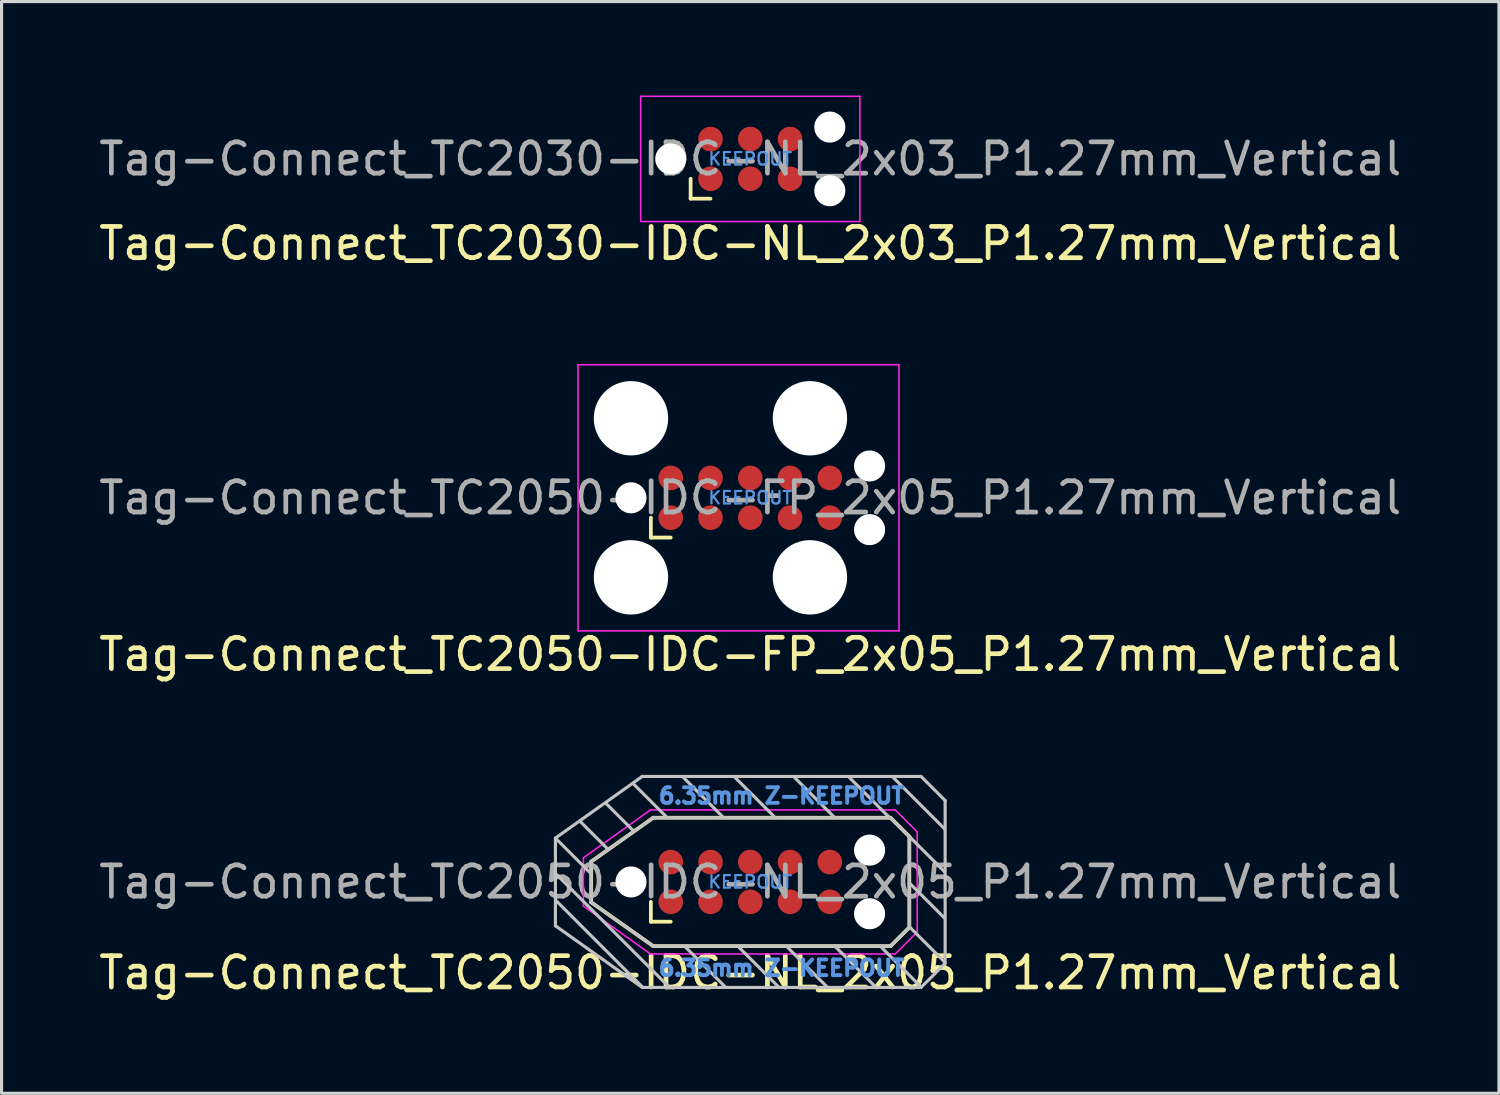
<source format=kicad_pcb>
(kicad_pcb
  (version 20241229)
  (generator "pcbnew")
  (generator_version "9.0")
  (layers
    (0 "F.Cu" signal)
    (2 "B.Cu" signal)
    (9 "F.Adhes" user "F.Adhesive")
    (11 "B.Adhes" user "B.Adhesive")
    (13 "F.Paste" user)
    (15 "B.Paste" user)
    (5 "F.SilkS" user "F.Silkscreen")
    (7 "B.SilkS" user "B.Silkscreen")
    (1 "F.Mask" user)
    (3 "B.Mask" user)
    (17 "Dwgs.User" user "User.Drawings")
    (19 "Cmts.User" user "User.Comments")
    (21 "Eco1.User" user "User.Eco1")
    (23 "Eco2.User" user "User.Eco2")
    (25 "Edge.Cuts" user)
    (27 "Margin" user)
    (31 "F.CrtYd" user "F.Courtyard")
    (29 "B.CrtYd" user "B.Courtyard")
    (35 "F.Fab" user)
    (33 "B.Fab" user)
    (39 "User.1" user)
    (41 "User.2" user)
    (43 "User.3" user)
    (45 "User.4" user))
  (footprint "Tag-Connect_TC2050-IDC-NL_2x05_P1.27mm_Vertical"
    (layer "F.Cu")
    (at 20.911 25.116)
    (property "Reference" "Tag-Connect_TC2050-IDC-NL_2x05_P1.27mm_Vertical" (at 0 2.9 0) (layer "F.SilkS") (effects (font (size 1 1) (thickness 0.15))))
    (attr exclude_from_pos_files exclude_from_bom)
    (fp_line (start -5.08 -0.65) (end -3.1 -2.05) (stroke (width 0.12) (type solid)) (layer "F.SilkS"))
    (fp_line (start -5.08 0.65) (end -5.08 -0.65) (stroke (width 0.12) (type solid)) (layer "F.SilkS"))
    (fp_line (start -3.175 1.27) (end -3.175 0.635) (stroke (width 0.12) (type solid)) (layer "F.SilkS"))
    (fp_line (start -3.1 -2.05) (end 4.48 -2.05) (stroke (width 0.12) (type solid)) (layer "F.SilkS"))
    (fp_line (start -3.1 2.05) (end -5.08 0.65) (stroke (width 0.12) (type solid)) (layer "F.SilkS"))
    (fp_line (start -2.54 1.27) (end -3.175 1.27) (stroke (width 0.12) (type solid)) (layer "F.SilkS"))
    (fp_line (start 4.48 -2.05) (end 5.08 -1.45) (stroke (width 0.12) (type solid)) (layer "F.SilkS"))
    (fp_line (start 4.48 2.05) (end -3.1 2.05) (stroke (width 0.12) (type solid)) (layer "F.SilkS"))
    (fp_line (start 4.48 2.05) (end 5.08 1.45) (stroke (width 0.12) (type solid)) (layer "F.SilkS"))
    (fp_line (start 5.08 -1.45) (end 5.08 1.45) (stroke (width 0.12) (type solid)) (layer "F.SilkS"))
    (fp_line (start -6.223 -1.4) (end -5.1 -0.277) (stroke (width 0.1) (type solid)) (layer "Dwgs.User"))
    (fp_line (start -6.223 -1.4) (end -3.45 -3.37) (stroke (width 0.1) (type solid)) (layer "Dwgs.User"))
    (fp_line (start -6.223 1.4) (end -6.223 -1.4) (stroke (width 0.1) (type solid)) (layer "Dwgs.User"))
    (fp_line (start -6.223 1.4) (end -3.45 3.37) (stroke (width 0.1) (type solid)) (layer "Dwgs.User"))
    (fp_line (start -6.2 -0.25) (end -2.6 3.35) (stroke (width 0.1) (type solid)) (layer "Dwgs.User"))
    (fp_line (start -6.2 0.6) (end -3.45 3.35) (stroke (width 0.1) (type solid)) (layer "Dwgs.User"))
    (fp_line (start -5.4 -1.9) (end -4.55 -1.05) (stroke (width 0.1) (type solid)) (layer "Dwgs.User"))
    (fp_line (start -5.08 -0.65) (end -3.1 -2.05) (stroke (width 0.1) (type solid)) (layer "Dwgs.User"))
    (fp_line (start -5.08 0.65) (end -5.08 -0.65) (stroke (width 0.1) (type solid)) (layer "Dwgs.User"))
    (fp_line (start -4.6 -2.5) (end -3.75 -1.65) (stroke (width 0.1) (type solid)) (layer "Dwgs.User"))
    (fp_line (start -3.75 -3.15) (end -2.65 -2.05) (stroke (width 0.1) (type solid)) (layer "Dwgs.User"))
    (fp_line (start -3.45 -3.37) (end 5.453 -3.37) (stroke (width 0.1) (type solid)) (layer "Dwgs.User"))
    (fp_line (start -3.1 -2.05) (end 4.48 -2.05) (stroke (width 0.1) (type solid)) (layer "Dwgs.User"))
    (fp_line (start -3.1 2.05) (end -5.08 0.65) (stroke (width 0.1) (type solid)) (layer "Dwgs.User"))
    (fp_line (start -2.15 -3.35) (end -0.85 -2.05) (stroke (width 0.1) (type solid)) (layer "Dwgs.User"))
    (fp_line (start -2.1 2.05) (end -0.8 3.35) (stroke (width 0.1) (type solid)) (layer "Dwgs.User"))
    (fp_line (start -0.5 -3.35) (end 0.8 -2.05) (stroke (width 0.1) (type solid)) (layer "Dwgs.User"))
    (fp_line (start -0.35 2.1) (end 0.9 3.35) (stroke (width 0.1) (type solid)) (layer "Dwgs.User"))
    (fp_line (start 1.15 2.05) (end 2.45 3.35) (stroke (width 0.1) (type solid)) (layer "Dwgs.User"))
    (fp_line (start 1.4 -3.35) (end 2.7 -2.05) (stroke (width 0.1) (type solid)) (layer "Dwgs.User"))
    (fp_line (start 2.7 2.05) (end 4 3.35) (stroke (width 0.1) (type solid)) (layer "Dwgs.User"))
    (fp_line (start 3.15 -3.35) (end 4.4 -2.1) (stroke (width 0.1) (type solid)) (layer "Dwgs.User"))
    (fp_line (start 4.2 2.1) (end 5.45 3.35) (stroke (width 0.1) (type solid)) (layer "Dwgs.User"))
    (fp_line (start 4.4 -2.1) (end 4.45 -2.05) (stroke (width 0.1) (type solid)) (layer "Dwgs.User"))
    (fp_line (start 4.48 -2.05) (end 5.08 -1.45) (stroke (width 0.1) (type solid)) (layer "Dwgs.User"))
    (fp_line (start 4.48 2.05) (end -3.1 2.05) (stroke (width 0.1) (type solid)) (layer "Dwgs.User"))
    (fp_line (start 4.48 2.05) (end 5.08 1.45) (stroke (width 0.1) (type solid)) (layer "Dwgs.User"))
    (fp_line (start 4.55 -3.35) (end 6.2 -1.7) (stroke (width 0.1) (type solid)) (layer "Dwgs.User"))
    (fp_line (start 5.08 -1.45) (end 5.08 1.45) (stroke (width 0.1) (type solid)) (layer "Dwgs.User"))
    (fp_line (start 5.08 -1.45) (end 6.2 -0.33) (stroke (width 0.1) (type solid)) (layer "Dwgs.User"))
    (fp_line (start 5.1 0.05) (end 6.2 1.15) (stroke (width 0.1) (type solid)) (layer "Dwgs.User"))
    (fp_line (start 5.1 1.45) (end 6.2 2.55) (stroke (width 0.1) (type solid)) (layer "Dwgs.User"))
    (fp_line (start 5.453 -3.37) (end 6.223 -2.6) (stroke (width 0.1) (type solid)) (layer "Dwgs.User"))
    (fp_line (start 5.453 3.37) (end -3.45 3.37) (stroke (width 0.1) (type solid)) (layer "Dwgs.User"))
    (fp_line (start 5.453 3.37) (end 6.223 2.6) (stroke (width 0.1) (type solid)) (layer "Dwgs.User"))
    (fp_line (start 6.223 -2.6) (end 6.223 2.6) (stroke (width 0.1) (type solid)) (layer "Dwgs.User"))
    (fp_line (start -5.33 -0.77) (end -3.19 -2.3) (stroke (width 0.05) (type solid)) (layer "F.CrtYd"))
    (fp_line (start -5.33 0.77) (end -5.33 -0.77) (stroke (width 0.05) (type solid)) (layer "F.CrtYd"))
    (fp_line (start -3.19 -2.3) (end 4.63 -2.3) (stroke (width 0.05) (type solid)) (layer "F.CrtYd"))
    (fp_line (start -3.19 2.3) (end -5.33 0.77) (stroke (width 0.05) (type solid)) (layer "F.CrtYd"))
    (fp_line (start 4.63 -2.3) (end 5.33 -1.6) (stroke (width 0.05) (type solid)) (layer "F.CrtYd"))
    (fp_line (start 4.63 2.3) (end -3.19 2.3) (stroke (width 0.05) (type solid)) (layer "F.CrtYd"))
    (fp_line (start 4.63 2.3) (end 5.33 1.6) (stroke (width 0.05) (type solid)) (layer "F.CrtYd"))
    (fp_line (start 5.33 -1.6) (end 5.33 1.6) (stroke (width 0.05) (type solid)) (layer "F.CrtYd"))
    (fp_text user "KEEPOUT" (at 0 0 0) (layer "Cmts.User") (effects (font (size 0.4 0.4) (thickness 0.07))))
    (fp_text user "6.35mm Z-KEEPOUT" (at 1 -2.75 0) (layer "Cmts.User") (effects (font (size 0.5 0.5) (thickness 0.125))))
    (fp_text user "6.35mm Z-KEEPOUT" (at 1 2.75 0) (layer "Cmts.User") (effects (font (size 0.5 0.5) (thickness 0.125))))
    (fp_text user "${REFERENCE}" (at 0 0 0) (layer "F.Fab") (effects (font (size 1 1) (thickness 0.15))))
    (pad "" np_thru_hole circle (at -3.81 0) (size 0.991 0.991) (drill 0.991) (layers "*.Cu" "*.Mask"))
    (pad "" np_thru_hole circle (at 3.81 -1.016) (size 0.991 0.991) (drill 0.991) (layers "*.Cu" "*.Mask"))
    (pad "" np_thru_hole circle (at 3.81 1.016) (size 0.991 0.991) (drill 0.991) (layers "*.Cu" "*.Mask"))
    (pad "1" connect circle (at -2.54 0.635) (size 0.787 0.787) (layers "F.Cu" "F.Mask"))
    (pad "2" connect circle (at -1.27 0.635) (size 0.787 0.787) (layers "F.Cu" "F.Mask"))
    (pad "3" connect circle (at 0 0.635) (size 0.787 0.787) (layers "F.Cu" "F.Mask"))
    (pad "4" connect circle (at 1.27 0.635) (size 0.787 0.787) (layers "F.Cu" "F.Mask"))
    (pad "5" connect circle (at 2.54 0.635) (size 0.787 0.787) (layers "F.Cu" "F.Mask"))
    (pad "6" connect circle (at 2.54 -0.635) (size 0.787 0.787) (layers "F.Cu" "F.Mask"))
    (pad "7" connect circle (at 1.27 -0.635) (size 0.787 0.787) (layers "F.Cu" "F.Mask"))
    (pad "8" connect circle (at 0 -0.635) (size 0.787 0.787) (layers "F.Cu" "F.Mask"))
    (pad "9" connect circle (at -1.27 -0.635) (size 0.787 0.787) (layers "F.Cu" "F.Mask"))
    (pad "10" connect circle (at -2.54 -0.635) (size 0.787 0.787) (layers "F.Cu" "F.Mask"))
    (zone (net_name "") (layer "F.Cu") (hatch full 0.508) (connect_pads) (min_thickness 0.254) (filled_areas_thickness no) (keepout (tracks not_allowed) (vias not_allowed) (pads allowed) (copperpour not_allowed) (footprints not_allowed)) (placement (enabled no)) (fill) (polygon (pts (xy 18.371 25.752) (xy 23.451 25.752) (xy 23.451 24.482) (xy 18.371 24.482)))))
  (footprint "Tag-Connect_TC2050-IDC-FP_2x05_P1.27mm_Vertical"
    (layer "F.Cu")
    (at 20.911 12.848)
    (property "Reference" "Tag-Connect_TC2050-IDC-FP_2x05_P1.27mm_Vertical" (at 0 5 0) (layer "F.SilkS") (effects (font (size 1 1) (thickness 0.15))))
    (attr exclude_from_pos_files exclude_from_bom)
    (fp_line (start -3.175 1.27) (end -3.175 0.635) (stroke (width 0.12) (type solid)) (layer "F.SilkS"))
    (fp_line (start -2.54 1.27) (end -3.175 1.27) (stroke (width 0.12) (type solid)) (layer "F.SilkS"))
    (fp_line (start -5.5 -4.25) (end 4.75 -4.25) (stroke (width 0.05) (type solid)) (layer "F.CrtYd"))
    (fp_line (start -5.5 4.25) (end -5.5 -4.25) (stroke (width 0.05) (type solid)) (layer "F.CrtYd"))
    (fp_line (start 4.75 -4.25) (end 4.75 4.25) (stroke (width 0.05) (type solid)) (layer "F.CrtYd"))
    (fp_line (start 4.75 4.25) (end -5.5 4.25) (stroke (width 0.05) (type solid)) (layer "F.CrtYd"))
    (fp_text user "KEEPOUT" (at 0 0 0) (layer "Cmts.User") (effects (font (size 0.4 0.4) (thickness 0.07))))
    (fp_text user "${REFERENCE}" (at 0 0 0) (layer "F.Fab") (effects (font (size 1 1) (thickness 0.15))))
    (pad "" np_thru_hole circle (at -3.81 -2.54) (size 2.375 2.375) (drill 2.375) (layers "*.Cu" "*.Mask"))
    (pad "" np_thru_hole circle (at -3.81 0) (size 0.991 0.991) (drill 0.991) (layers "*.Cu" "*.Mask"))
    (pad "" np_thru_hole circle (at -3.81 2.54) (size 2.375 2.375) (drill 2.375) (layers "*.Cu" "*.Mask"))
    (pad "" np_thru_hole circle (at 1.905 -2.54) (size 2.375 2.375) (drill 2.375) (layers "*.Cu" "*.Mask"))
    (pad "" np_thru_hole circle (at 1.905 2.54) (size 2.375 2.375) (drill 2.375) (layers "*.Cu" "*.Mask"))
    (pad "" np_thru_hole circle (at 3.81 -1.016) (size 0.991 0.991) (drill 0.991) (layers "*.Cu" "*.Mask"))
    (pad "" np_thru_hole circle (at 3.81 1.016) (size 0.991 0.991) (drill 0.991) (layers "*.Cu" "*.Mask"))
    (pad "1" connect circle (at -2.54 0.635) (size 0.787 0.787) (layers "F.Cu" "F.Mask"))
    (pad "2" connect circle (at -1.27 0.635) (size 0.787 0.787) (layers "F.Cu" "F.Mask"))
    (pad "3" connect circle (at 0 0.635) (size 0.787 0.787) (layers "F.Cu" "F.Mask"))
    (pad "4" connect circle (at 1.27 0.635) (size 0.787 0.787) (layers "F.Cu" "F.Mask"))
    (pad "5" connect circle (at 2.54 0.635) (size 0.787 0.787) (layers "F.Cu" "F.Mask"))
    (pad "6" connect circle (at 2.54 -0.635) (size 0.787 0.787) (layers "F.Cu" "F.Mask"))
    (pad "7" connect circle (at 1.27 -0.635) (size 0.787 0.787) (layers "F.Cu" "F.Mask"))
    (pad "8" connect circle (at 0 -0.635) (size 0.787 0.787) (layers "F.Cu" "F.Mask"))
    (pad "9" connect circle (at -1.27 -0.635) (size 0.787 0.787) (layers "F.Cu" "F.Mask"))
    (pad "10" connect circle (at -2.54 -0.635) (size 0.787 0.787) (layers "F.Cu" "F.Mask"))
    (zone (net_name "") (layer "F.Cu") (hatch full 0.508) (connect_pads) (min_thickness 0.254) (filled_areas_thickness no) (keepout (tracks not_allowed) (vias not_allowed) (pads allowed) (copperpour not_allowed) (footprints not_allowed)) (placement (enabled no)) (fill) (polygon (pts (xy 18.371 13.483) (xy 23.451 13.483) (xy 23.451 12.213) (xy 18.371 12.213)))))
  (footprint "Tag-Connect_TC2030-IDC-NL_2x03_P1.27mm_Vertical"
    (layer "F.Cu")
    (at 20.911 2.025)
    (property "Reference" "Tag-Connect_TC2030-IDC-NL_2x03_P1.27mm_Vertical" (at 0 2.7 0) (layer "F.SilkS") (effects (font (size 1 1) (thickness 0.15))))
    (attr exclude_from_pos_files exclude_from_bom)
    (fp_line (start -1.905 1.27) (end -1.905 0.635) (stroke (width 0.12) (type solid)) (layer "F.SilkS"))
    (fp_line (start -1.27 1.27) (end -1.905 1.27) (stroke (width 0.12) (type solid)) (layer "F.SilkS"))
    (fp_line (start -3.5 -2) (end 3.5 -2) (stroke (width 0.05) (type solid)) (layer "F.CrtYd"))
    (fp_line (start -3.5 2) (end -3.5 -2) (stroke (width 0.05) (type solid)) (layer "F.CrtYd"))
    (fp_line (start 3.5 -2) (end 3.5 2) (stroke (width 0.05) (type solid)) (layer "F.CrtYd"))
    (fp_line (start 3.5 2) (end -3.5 2) (stroke (width 0.05) (type solid)) (layer "F.CrtYd"))
    (fp_text user "KEEPOUT" (at 0 0 0) (layer "Cmts.User") (effects (font (size 0.4 0.4) (thickness 0.07))))
    (fp_text user "${REFERENCE}" (at 0 0 0) (layer "F.Fab") (effects (font (size 1 1) (thickness 0.15))))
    (pad "" np_thru_hole circle (at -2.54 0) (size 0.991 0.991) (drill 0.991) (layers "*.Cu" "*.Mask"))
    (pad "" np_thru_hole circle (at 2.54 -1.016) (size 0.991 0.991) (drill 0.991) (layers "*.Cu" "*.Mask"))
    (pad "" np_thru_hole circle (at 2.54 1.016) (size 0.991 0.991) (drill 0.991) (layers "*.Cu" "*.Mask"))
    (pad "1" connect circle (at -1.27 0.635) (size 0.787 0.787) (layers "F.Cu" "F.Mask"))
    (pad "2" connect circle (at -1.27 -0.635) (size 0.787 0.787) (layers "F.Cu" "F.Mask"))
    (pad "3" connect circle (at 0 0.635) (size 0.787 0.787) (layers "F.Cu" "F.Mask"))
    (pad "4" connect circle (at 0 -0.635) (size 0.787 0.787) (layers "F.Cu" "F.Mask"))
    (pad "5" connect circle (at 1.27 0.635) (size 0.787 0.787) (layers "F.Cu" "F.Mask"))
    (pad "6" connect circle (at 1.27 -0.635) (size 0.787 0.787) (layers "F.Cu" "F.Mask"))
    (zone (net_name "") (layer "F.Cu") (hatch full 0.508) (connect_pads) (min_thickness 0.254) (filled_areas_thickness no) (keepout (tracks not_allowed) (vias not_allowed) (pads allowed) (copperpour not_allowed) (footprints not_allowed)) (placement (enabled no)) (fill) (polygon (pts (xy 22.181 1.39) (xy 19.641 1.39) (xy 19.641 2.66) (xy 22.181 2.66)))))
  (gr_rect
    (start -3 -3)
    (end 44.821 31.865)
    (stroke (width 0.1) (type default))
    (fill no)
    (layer "Edge.Cuts")))
</source>
